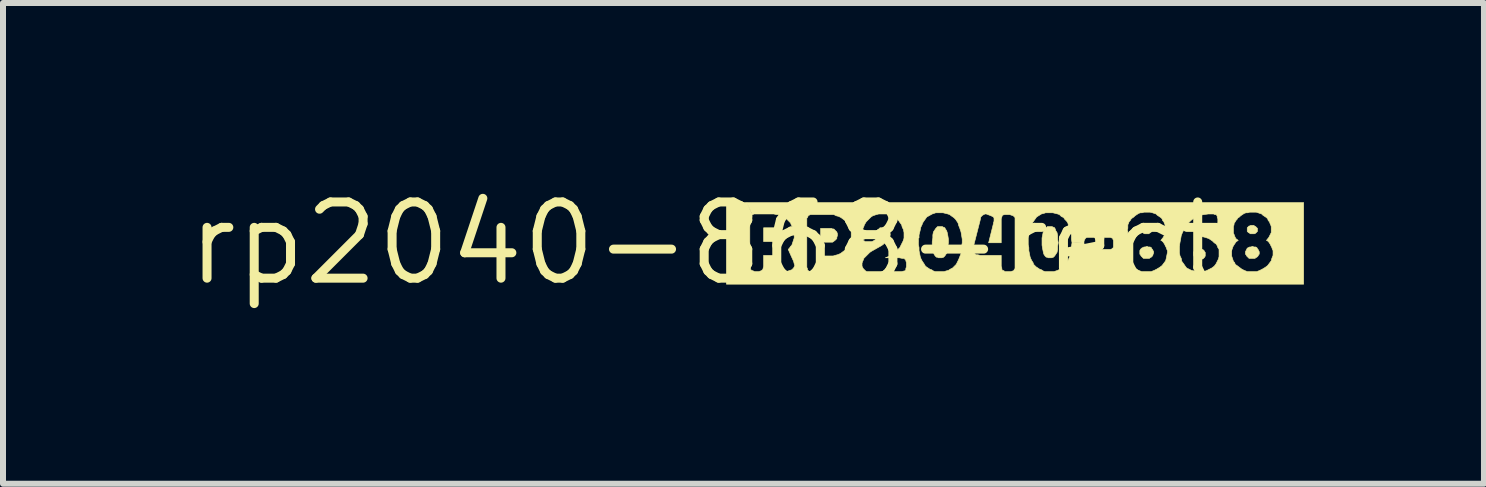
<source format=kicad_pcb>
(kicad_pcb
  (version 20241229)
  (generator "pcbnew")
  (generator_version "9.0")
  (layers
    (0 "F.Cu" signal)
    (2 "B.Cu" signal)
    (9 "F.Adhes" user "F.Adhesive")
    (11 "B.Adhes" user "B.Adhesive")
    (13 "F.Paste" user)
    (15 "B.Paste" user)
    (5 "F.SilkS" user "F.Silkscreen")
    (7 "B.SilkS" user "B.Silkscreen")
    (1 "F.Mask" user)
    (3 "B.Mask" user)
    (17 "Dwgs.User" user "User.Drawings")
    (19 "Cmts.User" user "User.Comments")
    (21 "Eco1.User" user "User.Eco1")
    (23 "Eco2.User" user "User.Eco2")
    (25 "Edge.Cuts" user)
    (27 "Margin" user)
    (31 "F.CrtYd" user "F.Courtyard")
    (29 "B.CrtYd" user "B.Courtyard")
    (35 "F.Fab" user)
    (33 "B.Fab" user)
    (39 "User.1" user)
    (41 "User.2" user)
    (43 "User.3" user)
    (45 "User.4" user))
  (footprint "rp2040-868-rect"
    (layer "F.Cu")
    (at 8.716 1.006)
    (property "Reference" "rp2040-868-rect" (at 0 0 0) (layer "F.SilkS") (effects (font (size 1.27 1.27) (thickness 0.15))))
    (attr board_only exclude_from_pos_files exclude_from_bom)
    (fp_poly (pts (xy 2.11 -0.02) (xy 2.15 -0.05) (xy 2.16 -0.06) (xy 2.18 -0.08) (xy 2.18 -0.1) (xy 2.19 -0.13) (xy 2.19 -0.16) (xy 2.18 -0.19) (xy 2.16 -0.21) (xy 2.15 -0.22) (xy 2.13 -0.24) (xy 2.11 -0.24) (xy 2.09 -0.25) (xy 2.07 -0.25) (xy 1.91 -0.25) (xy 1.91 -0.02) (xy 2.11 -0.02)) (stroke (width 0.01) (type solid)) (fill yes) (layer "F.SilkS"))
    (fp_poly (pts (xy 0.96 -0.03) (xy 1.14 -0.03) (xy 1.17 -0.04) (xy 1.2 -0.05) (xy 1.21 -0.06) (xy 1.23 -0.08) (xy 1.23 -0.1) (xy 1.24 -0.12) (xy 1.24 -0.14) (xy 1.24 -0.17) (xy 1.23 -0.19) (xy 1.22 -0.21) (xy 1.21 -0.22) (xy 1.19 -0.24) (xy 1.17 -0.25) (xy 1.14 -0.26) (xy 1.13 -0.26) (xy 0.96 -0.26) (xy 0.96 -0.03)) (stroke (width 0.01) (type solid)) (fill yes) (layer "F.SilkS"))
    (fp_poly (pts (xy 7.43 -0.25) (xy 7.4 -0.28) (xy 7.38 -0.29) (xy 7.37 -0.3) (xy 7.35 -0.3) (xy 7.32 -0.3) (xy 7.3 -0.29) (xy 7.29 -0.29) (xy 7.28 -0.28) (xy 7.27 -0.27) (xy 7.26 -0.26) (xy 7.26 -0.24) (xy 7.25 -0.23) (xy 7.26 -0.22) (xy 7.26 -0.2) (xy 7.27 -0.19) (xy 7.28 -0.18) (xy 7.29 -0.17) (xy 7.31 -0.16) (xy 7.33 -0.16) (xy 7.35 -0.16) (xy 7.36 -0.16) (xy 7.38 -0.16) (xy 7.39 -0.17) (xy 7.41 -0.18) (xy 7.42 -0.19) (xy 7.43 -0.2) (xy 7.43 -0.22) (xy 7.43 -0.25)) (stroke (width 0.01) (type solid)) (fill yes) (layer "F.SilkS"))
    (fp_poly (pts (xy 9.19 -0.25) (xy 9.16 -0.28) (xy 9.14 -0.29) (xy 9.13 -0.3) (xy 9.11 -0.3) (xy 9.08 -0.3) (xy 9.06 -0.29) (xy 9.05 -0.29) (xy 9.04 -0.28) (xy 9.03 -0.27) (xy 9.02 -0.26) (xy 9.02 -0.24) (xy 9.02 -0.23) (xy 9.02 -0.22) (xy 9.02 -0.2) (xy 9.03 -0.19) (xy 9.04 -0.18) (xy 9.06 -0.17) (xy 9.07 -0.16) (xy 9.09 -0.16) (xy 9.11 -0.16) (xy 9.12 -0.16) (xy 9.14 -0.16) (xy 9.16 -0.17) (xy 9.17 -0.18) (xy 9.18 -0.19) (xy 9.19 -0.2) (xy 9.19 -0.22) (xy 9.19 -0.25)) (stroke (width 0.01) (type solid)) (fill yes) (layer "F.SilkS"))
    (fp_poly (pts (xy 7.29 0.25) (xy 7.36 0.25) (xy 7.39 0.25) (xy 7.4 0.24) (xy 7.42 0.23) (xy 7.43 0.22) (xy 7.44 0.21) (xy 7.45 0.19) (xy 7.45 0.18) (xy 7.46 0.16) (xy 7.46 0.14) (xy 7.45 0.12) (xy 7.44 0.1) (xy 7.43 0.09) (xy 7.42 0.07) (xy 7.4 0.06) (xy 7.37 0.06) (xy 7.35 0.05) (xy 7.32 0.06) (xy 7.3 0.06) (xy 7.28 0.07) (xy 7.26 0.08) (xy 7.24 0.1) (xy 7.23 0.12) (xy 7.23 0.14) (xy 7.23 0.16) (xy 7.23 0.18) (xy 7.24 0.19) (xy 7.25 0.21) (xy 7.29 0.25)) (stroke (width 0.01) (type solid)) (fill yes) (layer "F.SilkS"))
    (fp_poly (pts (xy 9.05 0.25) (xy 9.12 0.25) (xy 9.15 0.25) (xy 9.16 0.24) (xy 9.18 0.23) (xy 9.19 0.22) (xy 9.2 0.21) (xy 9.21 0.19) (xy 9.22 0.18) (xy 9.22 0.16) (xy 9.22 0.14) (xy 9.21 0.12) (xy 9.2 0.1) (xy 9.19 0.09) (xy 9.18 0.07) (xy 9.16 0.06) (xy 9.13 0.06) (xy 9.11 0.05) (xy 9.08 0.06) (xy 9.06 0.06) (xy 9.04 0.07) (xy 9.02 0.08) (xy 9.01 0.1) (xy 9 0.12) (xy 8.99 0.14) (xy 8.99 0.16) (xy 8.99 0.18) (xy 9 0.19) (xy 9.01 0.21) (xy 9.05 0.25)) (stroke (width 0.01) (type solid)) (fill yes) (layer "F.SilkS"))
    (fp_poly (pts (xy 8.22 0.26) (xy 8.24 0.26) (xy 8.26 0.26) (xy 8.28 0.26) (xy 8.29 0.25) (xy 8.3 0.24) (xy 8.31 0.23) (xy 8.32 0.21) (xy 8.32 0.2) (xy 8.32 0.18) (xy 8.32 0.17) (xy 8.32 0.15) (xy 8.31 0.14) (xy 8.3 0.12) (xy 8.29 0.11) (xy 8.27 0.1) (xy 8.25 0.1) (xy 8.23 0.09) (xy 8.21 0.1) (xy 8.19 0.1) (xy 8.17 0.11) (xy 8.16 0.12) (xy 8.14 0.13) (xy 8.13 0.14) (xy 8.13 0.16) (xy 8.13 0.18) (xy 8.13 0.2) (xy 8.14 0.23) (xy 8.14 0.24) (xy 8.16 0.25) (xy 8.17 0.26) (xy 8.2 0.26) (xy 8.22 0.26)) (stroke (width 0.01) (type solid)) (fill yes) (layer "F.SilkS"))
    (fp_poly (pts (xy 3.9 0.24) (xy 3.93 0.24) (xy 3.96 0.23) (xy 3.98 0.21) (xy 4 0.18) (xy 4.02 0.15) (xy 4.03 0.1) (xy 4.03 0.05) (xy 4.04 -0.01) (xy 4.04 -0.07) (xy 4.03 -0.13) (xy 4.02 -0.18) (xy 4.01 -0.21) (xy 3.99 -0.24) (xy 3.98 -0.26) (xy 3.96 -0.27) (xy 3.95 -0.27) (xy 3.94 -0.28) (xy 3.92 -0.28) (xy 3.91 -0.28) (xy 3.88 -0.28) (xy 3.86 -0.28) (xy 3.85 -0.27) (xy 3.83 -0.25) (xy 3.81 -0.22) (xy 3.79 -0.19) (xy 3.78 -0.14) (xy 3.78 -0.09) (xy 3.77 -0.03) (xy 3.77 0.03) (xy 3.78 0.09) (xy 3.79 0.14) (xy 3.8 0.18) (xy 3.82 0.21) (xy 3.83 0.22) (xy 3.84 0.23) (xy 3.86 0.23) (xy 3.87 0.24) (xy 3.89 0.24) (xy 3.9 0.24)) (stroke (width 0.01) (type solid)) (fill yes) (layer "F.SilkS"))
    (fp_poly (pts (xy 5.73 0.24) (xy 5.76 0.24) (xy 5.79 0.23) (xy 5.81 0.21) (xy 5.83 0.18) (xy 5.85 0.15) (xy 5.86 0.1) (xy 5.86 0.05) (xy 5.87 -0.01) (xy 5.86 -0.07) (xy 5.86 -0.13) (xy 5.85 -0.18) (xy 5.83 -0.21) (xy 5.82 -0.24) (xy 5.81 -0.26) (xy 5.79 -0.27) (xy 5.78 -0.27) (xy 5.77 -0.28) (xy 5.75 -0.28) (xy 5.73 -0.28) (xy 5.7 -0.28) (xy 5.69 -0.28) (xy 5.68 -0.27) (xy 5.65 -0.25) (xy 5.64 -0.22) (xy 5.62 -0.19) (xy 5.61 -0.14) (xy 5.6 -0.09) (xy 5.6 -0.03) (xy 5.6 0.03) (xy 5.61 0.09) (xy 5.62 0.14) (xy 5.63 0.18) (xy 5.65 0.21) (xy 5.66 0.22) (xy 5.67 0.23) (xy 5.69 0.23) (xy 5.7 0.24) (xy 5.71 0.24) (xy 5.73 0.24)) (stroke (width 0.01) (type solid)) (fill yes) (layer "F.SilkS"))
    (fp_poly (pts (xy 0.68 -0.68) (xy 0.34 -0.68) (xy 0.34 0.68) (xy 9.96 0.68) (xy 9.96 -0.68) (xy 0.68 -0.68) (xy 0.77 -0.48) (xy 0.78 -0.48) (xy 0.8 -0.49) (xy 0.83 -0.49) (xy 1.13 -0.49) (xy 1.17 -0.48) (xy 1.2 -0.48) (xy 1.23 -0.47) (xy 1.25 -0.46) (xy 1.28 -0.44) (xy 1.31 -0.43) (xy 1.34 -0.41) (xy 1.36 -0.39) (xy 1.39 -0.36) (xy 1.41 -0.34) (xy 1.42 -0.31) (xy 1.44 -0.28) (xy 1.45 -0.25) (xy 1.46 -0.22) (xy 1.47 -0.19) (xy 1.47 -0.16) (xy 1.47 -0.13) (xy 1.47 -0.09) (xy 1.46 -0.06) (xy 1.45 -0.03) (xy 1.44 0) (xy 1.43 0.03) (xy 1.41 0.05) (xy 1.39 0.08) (xy 1.37 0.1) (xy 1.41 0.19) (xy 1.46 0.3) (xy 1.47 0.34) (xy 1.48 0.37) (xy 1.68 0.37) (xy 1.68 -0.41) (xy 1.68 -0.42) (xy 1.69 -0.43) (xy 1.7 -0.45) (xy 1.7 -0.46) (xy 1.72 -0.47) (xy 1.74 -0.48) (xy 1.76 -0.48) (xy 1.79 -0.48) (xy 2.09 -0.48) (xy 2.13 -0.48) (xy 2.17 -0.46) (xy 2.21 -0.45) (xy 2.25 -0.43) (xy 2.29 -0.4) (xy 2.33 -0.37) (xy 2.35 -0.34) (xy 2.37 -0.31) (xy 2.42 -0.22) (xy 2.42 -0.1) (xy 2.6 -0.11) (xy 2.6 -0.14) (xy 2.6 -0.17) (xy 2.61 -0.2) (xy 2.61 -0.23) (xy 2.62 -0.26) (xy 2.63 -0.28) (xy 2.64 -0.31) (xy 2.67 -0.36) (xy 2.71 -0.4) (xy 2.73 -0.42) (xy 2.75 -0.44) (xy 2.78 -0.46) (xy 2.81 -0.47) (xy 2.84 -0.48) (xy 2.88 -0.49) (xy 2.91 -0.49) (xy 2.95 -0.49) (xy 2.99 -0.49) (xy 3.03 -0.49) (xy 3.06 -0.48) (xy 3.09 -0.47) (xy 3.12 -0.46) (xy 3.14 -0.44) (xy 3.17 -0.42) (xy 3.19 -0.4) (xy 3.21 -0.38) (xy 3.23 -0.35) (xy 3.26 -0.31) (xy 3.27 -0.27) (xy 3.29 -0.23) (xy 3.3 -0.18) (xy 3.3 -0.14) (xy 3.3 -0.09) (xy 3.55 -0.09) (xy 3.55 -0.14) (xy 3.56 -0.18) (xy 3.57 -0.22) (xy 3.58 -0.27) (xy 3.6 -0.31) (xy 3.61 -0.34) (xy 3.63 -0.37) (xy 3.68 -0.44) (xy 3.77 -0.49) (xy 3.8 -0.5) (xy 3.83 -0.51) (xy 3.87 -0.51) (xy 3.91 -0.51) (xy 3.95 -0.51) (xy 3.99 -0.5) (xy 4.03 -0.49) (xy 4.06 -0.48) (xy 4.1 -0.45) (xy 4.13 -0.43) (xy 4.16 -0.4) (xy 4.18 -0.37) (xy 4.2 -0.34) (xy 4.21 -0.3) (xy 4.23 -0.25) (xy 4.25 -0.19) (xy 4.26 -0.13) (xy 4.27 -0.07) (xy 4.27 -0.01) (xy 4.26 0.05) (xy 4.46 0.04) (xy 4.57 -0.39) (xy 4.58 -0.44) (xy 4.59 -0.45) (xy 4.61 -0.47) (xy 4.63 -0.48) (xy 4.65 -0.49) (xy 4.67 -0.49) (xy 4.75 -0.46) (xy 4.77 -0.45) (xy 4.79 -0.44) (xy 4.8 -0.42) (xy 4.8 -0.41) (xy 4.8 -0.39) (xy 4.8 -0.37) (xy 4.79 -0.34) (xy 4.79 -0.33) (xy 4.71 -0.01) (xy 4.92 -0.01) (xy 4.92 -0.41) (xy 4.93 -0.44) (xy 4.94 -0.47) (xy 4.98 -0.48) (xy 5.02 -0.48) (xy 5.06 -0.48) (xy 5.09 -0.47) (xy 5.12 -0.46) (xy 5.13 -0.45) (xy 5.15 -0.43) (xy 5.15 -0.4) (xy 5.15 -0.37) (xy 5.41 -0.27) (xy 5.43 -0.31) (xy 5.44 -0.34) (xy 5.46 -0.37) (xy 5.51 -0.44) (xy 5.59 -0.49) (xy 5.63 -0.5) (xy 5.66 -0.51) (xy 5.7 -0.51) (xy 5.74 -0.51) (xy 5.78 -0.51) (xy 5.82 -0.5) (xy 5.86 -0.49) (xy 5.89 -0.48) (xy 5.92 -0.45) (xy 5.96 -0.43) (xy 5.98 -0.4) (xy 6.01 -0.37) (xy 6.03 -0.34) (xy 6.04 -0.3) (xy 6.06 -0.25) (xy 6.08 -0.19) (xy 6.09 -0.13) (xy 6.09 -0.07) (xy 6.1 -0.01) (xy 6.3 -0.02) (xy 6.3 -0.04) (xy 6.31 -0.06) (xy 6.32 -0.08) (xy 6.33 -0.09) (xy 6.35 -0.1) (xy 6.38 -0.1) (xy 6.71 -0.1) (xy 6.74 -0.1) (xy 6.76 -0.09) (xy 6.77 -0.09) (xy 6.78 -0.08) (xy 6.78 -0.07) (xy 6.79 -0.05) (xy 6.79 -0.03) (xy 6.79 0.01) (xy 6.79 0.04) (xy 6.79 0.06) (xy 7 0.12) (xy 7 0.09) (xy 7.01 0.06) (xy 7.03 0.04) (xy 7.05 0.01) (xy 7.07 -0.02) (xy 7.08 -0.03) (xy 7.11 -0.05) (xy 7.07 -0.08) (xy 7.06 -0.1) (xy 7.05 -0.12) (xy 7.04 -0.15) (xy 7.03 -0.17) (xy 7.03 -0.2) (xy 7.02 -0.22) (xy 7.03 -0.25) (xy 7.03 -0.28) (xy 7.03 -0.31) (xy 7.04 -0.33) (xy 7.05 -0.36) (xy 7.07 -0.38) (xy 7.08 -0.4) (xy 7.1 -0.42) (xy 7.13 -0.44) (xy 7.15 -0.46) (xy 7.18 -0.48) (xy 7.21 -0.5) (xy 7.24 -0.51) (xy 7.27 -0.51) (xy 7.3 -0.52) (xy 7.34 -0.52) (xy 7.37 -0.52) (xy 7.4 -0.52) (xy 7.44 -0.51) (xy 7.47 -0.5) (xy 7.5 -0.49) (xy 7.52 -0.47) (xy 7.55 -0.45) (xy 7.58 -0.43) (xy 7.6 -0.41) (xy 7.61 -0.38) (xy 7.63 -0.36) (xy 7.64 -0.33) (xy 7.65 -0.31) (xy 7.65 -0.28) (xy 7.66 -0.25) (xy 7.66 -0.22) (xy 7.66 -0.2) (xy 7.66 -0.18) (xy 7.64 -0.14) (xy 7.62 -0.1) (xy 7.58 -0.05) (xy 7.6 -0.04) (xy 7.62 -0.02) (xy 7.64 0.01) (xy 7.66 0.05) (xy 7.67 0.07) (xy 7.68 0.1) (xy 7.69 0.12) (xy 7.89 0.1) (xy 7.89 0.04) (xy 7.9 -0.02) (xy 7.91 -0.07) (xy 7.92 -0.13) (xy 7.94 -0.18) (xy 7.96 -0.22) (xy 7.99 -0.27) (xy 8.02 -0.31) (xy 8.05 -0.35) (xy 8.08 -0.38) (xy 8.13 -0.42) (xy 8.18 -0.45) (xy 8.24 -0.47) (xy 8.3 -0.48) (xy 8.37 -0.49) (xy 8.41 -0.49) (xy 8.44 -0.49) (xy 8.46 -0.49) (xy 8.48 -0.48) (xy 8.5 -0.48) (xy 8.51 -0.47) (xy 8.52 -0.45) (xy 8.52 -0.43) (xy 8.53 -0.41) (xy 8.53 -0.37) (xy 8.53 -0.35) (xy 8.52 -0.32) (xy 8.51 -0.3) (xy 8.5 -0.29) (xy 8.49 -0.27) (xy 8.47 -0.27) (xy 8.44 -0.27) (xy 8.38 -0.26) (xy 8.33 -0.25) (xy 8.29 -0.24) (xy 8.25 -0.22) (xy 8.22 -0.2) (xy 8.2 -0.18) (xy 8.18 -0.16) (xy 8.16 -0.13) (xy 8.14 -0.09) (xy 8.18 -0.1) (xy 8.21 -0.11) (xy 8.24 -0.11) (xy 8.28 -0.11) (xy 8.32 -0.1) (xy 8.35 -0.09) (xy 8.38 -0.08) (xy 8.41 -0.06) (xy 8.44 -0.04) (xy 8.47 -0.01) (xy 8.5 0.01) (xy 8.52 0.04) (xy 8.53 0.07) (xy 8.55 0.1) (xy 8.55 0.14) (xy 8.55 0.17) (xy 8.76 0.18) (xy 8.76 0.14) (xy 8.76 0.12) (xy 8.77 0.09) (xy 8.78 0.06) (xy 8.79 0.04) (xy 8.81 0.01) (xy 8.83 -0.02) (xy 8.84 -0.03) (xy 8.87 -0.05) (xy 8.83 -0.08) (xy 8.82 -0.1) (xy 8.81 -0.12) (xy 8.8 -0.15) (xy 8.79 -0.17) (xy 8.79 -0.2) (xy 8.79 -0.22) (xy 8.79 -0.25) (xy 8.79 -0.28) (xy 8.8 -0.31) (xy 8.8 -0.33) (xy 8.82 -0.36) (xy 8.83 -0.38) (xy 8.85 -0.4) (xy 8.86 -0.42) (xy 8.89 -0.44) (xy 8.91 -0.46) (xy 8.94 -0.48) (xy 8.97 -0.5) (xy 9 -0.51) (xy 9.03 -0.51) (xy 9.06 -0.52) (xy 9.1 -0.52) (xy 9.13 -0.52) (xy 9.17 -0.52) (xy 9.2 -0.51) (xy 9.23 -0.5) (xy 9.26 -0.49) (xy 9.28 -0.47) (xy 9.31 -0.45) (xy 9.34 -0.43) (xy 9.36 -0.41) (xy 9.37 -0.38) (xy 9.39 -0.36) (xy 9.4 -0.33) (xy 9.41 -0.31) (xy 9.42 -0.28) (xy 9.42 -0.25) (xy 9.42 -0.22) (xy 9.42 -0.2) (xy 9.42 -0.18) (xy 9.4 -0.14) (xy 9.38 -0.1) (xy 9.34 -0.05) (xy 9.36 -0.04) (xy 9.38 -0.02) (xy 9.4 0.01) (xy 9.42 0.05) (xy 9.43 0.07) (xy 9.44 0.1) (xy 9.45 0.12) (xy 9.45 0.15) (xy 9.45 0.2) (xy 9.43 0.25) (xy 9.42 0.29) (xy 9.39 0.33) (xy 9.36 0.37) (xy 9.32 0.4) (xy 9.27 0.43) (xy 9.23 0.45) (xy 9.18 0.47) (xy 9.13 0.47) (xy 9.07 0.47) (xy 9.02 0.47) (xy 8.97 0.45) (xy 8.93 0.43) (xy 8.89 0.4) (xy 8.85 0.37) (xy 8.82 0.35) (xy 8.81 0.32) (xy 8.79 0.3) (xy 8.78 0.27) (xy 8.77 0.24) (xy 8.76 0.21) (xy 8.76 0.18) (xy 8.55 0.17) (xy 8.55 0.22) (xy 8.54 0.26) (xy 8.52 0.3) (xy 8.5 0.34) (xy 8.47 0.38) (xy 8.43 0.41) (xy 8.39 0.43) (xy 8.35 0.45) (xy 8.3 0.47) (xy 8.25 0.47) (xy 8.19 0.47) (xy 8.14 0.46) (xy 8.09 0.45) (xy 8.05 0.43) (xy 8.01 0.41) (xy 7.98 0.37) (xy 7.96 0.34) (xy 7.93 0.3) (xy 7.92 0.25) (xy 7.9 0.21) (xy 7.89 0.16) (xy 7.89 0.1) (xy 7.69 0.12) (xy 7.69 0.15) (xy 7.68 0.2) (xy 7.67 0.25) (xy 7.66 0.29) (xy 7.63 0.33) (xy 7.6 0.37) (xy 7.56 0.4) (xy 7.51 0.43) (xy 7.47 0.45) (xy 7.42 0.47) (xy 7.37 0.47) (xy 7.31 0.47) (xy 7.26 0.47) (xy 7.21 0.45) (xy 7.17 0.43) (xy 7.12 0.4) (xy 7.08 0.37) (xy 7.06 0.35) (xy 7.05 0.32) (xy 7.03 0.3) (xy 7.02 0.27) (xy 7.01 0.24) (xy 7 0.21) (xy 7 0.18) (xy 7 0.14) (xy 7 0.12) (xy 6.79 0.06) (xy 6.78 0.08) (xy 6.77 0.09) (xy 6.74 0.1) (xy 6.7 0.1) (xy 6.39 0.1) (xy 6.36 0.1) (xy 6.34 0.09) (xy 6.32 0.08) (xy 6.31 0.07) (xy 6.31 0.06) (xy 6.3 0.05) (xy 6.3 0.02) (xy 6.3 -0.01) (xy 6.1 -0.01) (xy 6.09 0.05) (xy 6.09 0.11) (xy 6.08 0.17) (xy 6.06 0.22) (xy 6.04 0.27) (xy 6.02 0.31) (xy 5.99 0.35) (xy 5.97 0.38) (xy 5.94 0.41) (xy 5.9 0.43) (xy 5.86 0.45) (xy 5.83 0.46) (xy 5.8 0.47) (xy 5.76 0.47) (xy 5.72 0.47) (xy 5.69 0.47) (xy 5.65 0.47) (xy 5.62 0.46) (xy 5.59 0.44) (xy 5.56 0.43) (xy 5.53 0.41) (xy 5.5 0.39) (xy 5.48 0.37) (xy 5.46 0.35) (xy 5.45 0.32) (xy 5.43 0.29) (xy 5.41 0.25) (xy 5.4 0.22) (xy 5.39 0.17) (xy 5.38 0.12) (xy 5.38 0.07) (xy 5.37 0.02) (xy 5.37 -0.04) (xy 5.37 -0.09) (xy 5.38 -0.14) (xy 5.39 -0.18) (xy 5.4 -0.22) (xy 5.41 -0.27) (xy 5.15 -0.37) (xy 5.15 0.38) (xy 5.15 0.42) (xy 5.14 0.43) (xy 5.13 0.45) (xy 5.12 0.46) (xy 5.11 0.46) (xy 5.08 0.47) (xy 5.06 0.47) (xy 5.03 0.47) (xy 5.01 0.47) (xy 4.98 0.47) (xy 4.97 0.46) (xy 4.95 0.45) (xy 4.94 0.45) (xy 4.93 0.43) (xy 4.93 0.41) (xy 4.92 0.38) (xy 4.92 0.2) (xy 4.57 0.2) (xy 4.53 0.19) (xy 4.5 0.19) (xy 4.49 0.18) (xy 4.48 0.17) (xy 4.47 0.17) (xy 4.47 0.16) (xy 4.46 0.13) (xy 4.46 0.1) (xy 4.46 0.04) (xy 4.26 0.06) (xy 4.26 0.11) (xy 4.25 0.17) (xy 4.23 0.22) (xy 4.21 0.27) (xy 4.19 0.31) (xy 4.17 0.35) (xy 4.14 0.38) (xy 4.11 0.41) (xy 4.07 0.43) (xy 4.04 0.45) (xy 4 0.46) (xy 3.97 0.47) (xy 3.93 0.47) (xy 3.9 0.47) (xy 3.86 0.47) (xy 3.82 0.47) (xy 3.79 0.46) (xy 3.76 0.44) (xy 3.73 0.43) (xy 3.7 0.41) (xy 3.67 0.39) (xy 3.65 0.37) (xy 3.64 0.35) (xy 3.62 0.32) (xy 3.6 0.29) (xy 3.58 0.25) (xy 3.57 0.22) (xy 3.56 0.17) (xy 3.55 0.12) (xy 3.55 0.07) (xy 3.54 0.02) (xy 3.54 -0.04) (xy 3.54 -0.09) (xy 3.3 -0.09) (xy 3.29 -0.05) (xy 3.27 -0.01) (xy 3.25 0.03) (xy 3.23 0.07) (xy 3.2 0.1) (xy 3.16 0.13) (xy 3.12 0.17) (xy 3.08 0.2) (xy 3.04 0.22) (xy 2.99 0.24) (xy 3.22 0.24) (xy 3.27 0.25) (xy 3.3 0.25) (xy 3.31 0.26) (xy 3.32 0.27) (xy 3.33 0.28) (xy 3.33 0.29) (xy 3.34 0.32) (xy 3.34 0.35) (xy 3.34 0.39) (xy 3.33 0.42) (xy 3.33 0.44) (xy 3.32 0.45) (xy 3.31 0.46) (xy 3.3 0.46) (xy 3.26 0.47) (xy 3.23 0.47) (xy 2.71 0.47) (xy 2.68 0.47) (xy 2.66 0.46) (xy 2.64 0.44) (xy 2.62 0.42) (xy 2.61 0.4) (xy 2.6 0.38) (xy 2.6 0.36) (xy 2.6 0.33) (xy 2.61 0.3) (xy 2.62 0.28) (xy 2.63 0.25) (xy 2.65 0.23) (xy 2.69 0.19) (xy 2.73 0.15) (xy 2.76 0.13) (xy 2.92 0.04) (xy 2.95 0.02) (xy 2.98 -0.01) (xy 3.01 -0.04) (xy 3.04 -0.07) (xy 3.06 -0.1) (xy 3.07 -0.14) (xy 3.07 -0.16) (xy 3.06 -0.19) (xy 3.05 -0.21) (xy 3.04 -0.23) (xy 3.01 -0.25) (xy 2.98 -0.26) (xy 2.95 -0.26) (xy 2.92 -0.26) (xy 2.9 -0.26) (xy 2.88 -0.24) (xy 2.86 -0.23) (xy 2.85 -0.21) (xy 2.84 -0.19) (xy 2.84 -0.17) (xy 2.83 -0.14) (xy 2.83 -0.11) (xy 2.83 -0.08) (xy 2.82 -0.06) (xy 2.8 -0.05) (xy 2.79 -0.04) (xy 2.76 -0.03) (xy 2.74 -0.03) (xy 2.7 -0.03) (xy 2.68 -0.03) (xy 2.65 -0.03) (xy 2.64 -0.04) (xy 2.62 -0.05) (xy 2.61 -0.06) (xy 2.61 -0.08) (xy 2.6 -0.1) (xy 2.42 -0.1) (xy 2.41 -0.06) (xy 2.4 -0.03) (xy 2.39 0.01) (xy 2.37 0.05) (xy 2.34 0.08) (xy 2.32 0.11) (xy 2.28 0.14) (xy 2.24 0.17) (xy 2.19 0.19) (xy 2.15 0.2) (xy 2.12 0.21) (xy 2.09 0.21) (xy 1.91 0.21) (xy 1.91 0.38) (xy 1.9 0.42) (xy 1.9 0.44) (xy 1.89 0.45) (xy 1.88 0.46) (xy 1.85 0.47) (xy 1.83 0.47) (xy 1.79 0.47) (xy 1.76 0.47) (xy 1.73 0.47) (xy 1.71 0.46) (xy 1.7 0.45) (xy 1.69 0.44) (xy 1.69 0.42) (xy 1.68 0.4) (xy 1.68 0.37) (xy 1.48 0.37) (xy 1.47 0.39) (xy 1.46 0.41) (xy 1.45 0.42) (xy 1.43 0.44) (xy 1.37 0.46) (xy 1.34 0.47) (xy 1.33 0.47) (xy 1.31 0.47) (xy 1.3 0.47) (xy 1.29 0.46) (xy 1.27 0.45) (xy 1.27 0.44) (xy 1.16 0.2) (xy 0.96 0.2) (xy 0.96 0.38) (xy 0.95 0.42) (xy 0.95 0.43) (xy 0.94 0.44) (xy 0.93 0.45) (xy 0.91 0.46) (xy 0.88 0.47) (xy 0.85 0.47) (xy 0.81 0.47) (xy 0.79 0.46) (xy 0.76 0.45) (xy 0.75 0.44) (xy 0.74 0.43) (xy 0.74 0.42) (xy 0.73 0.39) (xy 0.73 0.36) (xy 0.73 -0.42) (xy 0.73 -0.43) (xy 0.74 -0.44) (xy 0.75 -0.46) (xy 0.75 -0.47) (xy 0.77 -0.47) (xy 0.68 -0.68)) (stroke (width 0.01) (type solid)) (fill yes) (layer "F.SilkS")))
  (gr_rect
    (start -3 -3)
    (end 21.681 5.012)
    (stroke (width 0.1) (type default))
    (fill no)
    (layer "Edge.Cuts")))
</source>
